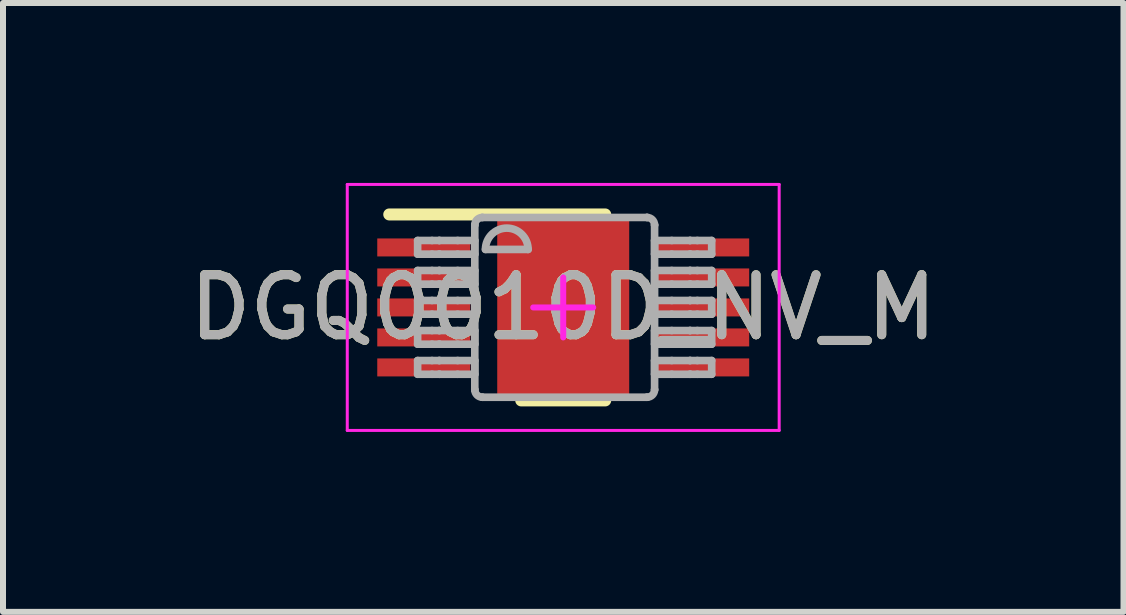
<source format=kicad_pcb>
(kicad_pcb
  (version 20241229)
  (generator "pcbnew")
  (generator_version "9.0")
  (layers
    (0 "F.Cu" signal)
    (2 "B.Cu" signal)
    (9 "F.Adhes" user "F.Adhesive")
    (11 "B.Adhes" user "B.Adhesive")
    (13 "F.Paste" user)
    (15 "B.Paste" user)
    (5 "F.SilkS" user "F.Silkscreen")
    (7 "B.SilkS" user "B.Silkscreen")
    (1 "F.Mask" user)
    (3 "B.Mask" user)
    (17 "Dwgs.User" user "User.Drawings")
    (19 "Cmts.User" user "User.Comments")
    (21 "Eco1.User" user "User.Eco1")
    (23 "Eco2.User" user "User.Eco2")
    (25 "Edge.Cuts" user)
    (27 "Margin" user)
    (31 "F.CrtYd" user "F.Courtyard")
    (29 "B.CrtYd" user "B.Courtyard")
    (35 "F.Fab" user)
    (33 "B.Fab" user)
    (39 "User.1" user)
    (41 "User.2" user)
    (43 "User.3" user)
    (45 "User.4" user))
  (footprint "DGQ0010D_NV_M"
    (layer "F.Cu")
    (at 6.339 2.075)
    (property "Reference" "DGQ0010D_NV_M" (at 0 0 0) (unlocked yes) (layer "F.SilkS") (effects (font (size 1 1) (thickness 0.15))))
    (attr smd)
    (fp_poly (pts (xy -0.915 0.899) (xy -0.915 -0.899) (xy -0.914 -0.908) (xy -0.912 -0.917) (xy -0.907 -0.925) (xy -0.902 -0.932) (xy -0.895 -0.937) (xy -0.887 -0.942) (xy -0.878 -0.944) (xy -0.869 -0.945) (xy 0.869 -0.945) (xy 0.878 -0.944) (xy 0.887 -0.942) (xy 0.895 -0.937) (xy 0.902 -0.932) (xy 0.907 -0.925) (xy 0.912 -0.917) (xy 0.914 -0.908) (xy 0.915 -0.899) (xy 0.915 0.899) (xy 0.914 0.908) (xy 0.912 0.917) (xy 0.907 0.925) (xy 0.902 0.932) (xy 0.895 0.937) (xy 0.887 0.942) (xy 0.878 0.944) (xy 0.869 0.945) (xy -0.869 0.945) (xy -0.878 0.944) (xy -0.887 0.942) (xy -0.895 0.937) (xy -0.902 0.932) (xy -0.907 0.925) (xy -0.912 0.917) (xy -0.914 0.908)) (stroke (width 0) (type solid)) (fill yes) (layer "F.Mask"))
    (fp_line (start -2.9 -1.55) (end 0.7 -1.55) (stroke (width 0.2) (type solid)) (layer "F.SilkS"))
    (fp_line (start -0.7 1.55) (end 0.7 1.55) (stroke (width 0.2) (type solid)) (layer "F.SilkS"))
    (fp_poly (pts (xy -0.915 0.899) (xy -0.915 -0.899) (xy -0.914 -0.908) (xy -0.912 -0.917) (xy -0.907 -0.925) (xy -0.902 -0.932) (xy -0.895 -0.937) (xy -0.887 -0.942) (xy -0.878 -0.944) (xy -0.869 -0.945) (xy 0.869 -0.945) (xy 0.878 -0.944) (xy 0.887 -0.942) (xy 0.895 -0.937) (xy 0.902 -0.932) (xy 0.907 -0.925) (xy 0.912 -0.917) (xy 0.914 -0.908) (xy 0.915 -0.899) (xy 0.915 0.899) (xy 0.914 0.908) (xy 0.912 0.917) (xy 0.907 0.925) (xy 0.902 0.932) (xy 0.895 0.937) (xy 0.887 0.942) (xy 0.878 0.944) (xy 0.869 0.945) (xy -0.869 0.945) (xy -0.878 0.944) (xy -0.887 0.942) (xy -0.895 0.937) (xy -0.902 0.932) (xy -0.907 0.925) (xy -0.912 0.917) (xy -0.914 0.908)) (stroke (width 0) (type solid)) (fill yes) (layer "F.Paste"))
    (fp_line (start -3.6 -2.05) (end 3.6 -2.05) (stroke (width 0.05) (type solid)) (layer "F.CrtYd"))
    (fp_line (start -3.6 2.05) (end -3.6 -2.05) (stroke (width 0.05) (type solid)) (layer "F.CrtYd"))
    (fp_line (start -3.6 2.05) (end 3.6 2.05) (stroke (width 0.05) (type solid)) (layer "F.CrtYd"))
    (fp_line (start -0.5 0.000003) (end 0.5 0.000003) (stroke (width 0.1) (type solid)) (layer "F.CrtYd"))
    (fp_line (start 0 0.5) (end 0 -0.5) (stroke (width 0.1) (type solid)) (layer "F.CrtYd"))
    (fp_line (start 3.6 2.05) (end 3.6 -2.05) (stroke (width 0.05) (type solid)) (layer "F.CrtYd"))
    (fp_line (start -2.427 -1.116) (end -2.187 -1.116) (stroke (width 0.127) (type solid)) (layer "F.Fab"))
    (fp_line (start -2.427 -0.888) (end -2.427 -1.116) (stroke (width 0.127) (type solid)) (layer "F.Fab"))
    (fp_line (start -2.427 -0.888) (end -2.187 -0.888) (stroke (width 0.127) (type solid)) (layer "F.Fab"))
    (fp_line (start -2.427 -0.616) (end -2.187 -0.616) (stroke (width 0.127) (type solid)) (layer "F.Fab"))
    (fp_line (start -2.427 -0.388) (end -2.427 -0.616) (stroke (width 0.127) (type solid)) (layer "F.Fab"))
    (fp_line (start -2.427 -0.388) (end -2.187 -0.388) (stroke (width 0.127) (type solid)) (layer "F.Fab"))
    (fp_line (start -2.427 -0.116) (end -2.187 -0.116) (stroke (width 0.127) (type solid)) (layer "F.Fab"))
    (fp_line (start -2.427 0.113) (end -2.427 -0.116) (stroke (width 0.127) (type solid)) (layer "F.Fab"))
    (fp_line (start -2.427 0.113) (end -2.187 0.113) (stroke (width 0.127) (type solid)) (layer "F.Fab"))
    (fp_line (start -2.427 0.385) (end -2.187 0.385) (stroke (width 0.127) (type solid)) (layer "F.Fab"))
    (fp_line (start -2.427 0.613) (end -2.427 0.385) (stroke (width 0.127) (type solid)) (layer "F.Fab"))
    (fp_line (start -2.427 0.613) (end -2.187 0.613) (stroke (width 0.127) (type solid)) (layer "F.Fab"))
    (fp_line (start -2.427 0.885) (end -2.187 0.885) (stroke (width 0.127) (type solid)) (layer "F.Fab"))
    (fp_line (start -2.427 1.114) (end -2.427 0.885) (stroke (width 0.127) (type solid)) (layer "F.Fab"))
    (fp_line (start -2.427 1.114) (end -2.187 1.114) (stroke (width 0.127) (type solid)) (layer "F.Fab"))
    (fp_line (start -2.187 -1.116) (end -2.067 -1.116) (stroke (width 0.127) (type solid)) (layer "F.Fab"))
    (fp_line (start -2.187 -0.888) (end -2.067 -0.888) (stroke (width 0.127) (type solid)) (layer "F.Fab"))
    (fp_line (start -2.187 -0.616) (end -2.067 -0.616) (stroke (width 0.127) (type solid)) (layer "F.Fab"))
    (fp_line (start -2.187 -0.388) (end -2.067 -0.388) (stroke (width 0.127) (type solid)) (layer "F.Fab"))
    (fp_line (start -2.187 -0.116) (end -2.067 -0.116) (stroke (width 0.127) (type solid)) (layer "F.Fab"))
    (fp_line (start -2.187 0.113) (end -2.067 0.113) (stroke (width 0.127) (type solid)) (layer "F.Fab"))
    (fp_line (start -2.187 0.385) (end -2.067 0.385) (stroke (width 0.127) (type solid)) (layer "F.Fab"))
    (fp_line (start -2.187 0.613) (end -2.067 0.613) (stroke (width 0.127) (type solid)) (layer "F.Fab"))
    (fp_line (start -2.187 0.885) (end -2.067 0.885) (stroke (width 0.127) (type solid)) (layer "F.Fab"))
    (fp_line (start -2.187 1.114) (end -2.067 1.114) (stroke (width 0.127) (type solid)) (layer "F.Fab"))
    (fp_line (start -2.067 -1.116) (end -2.064 -1.116) (stroke (width 0.127) (type solid)) (layer "F.Fab"))
    (fp_line (start -2.067 -0.888) (end -2.064 -0.888) (stroke (width 0.127) (type solid)) (layer "F.Fab"))
    (fp_line (start -2.067 -0.616) (end -2.064 -0.616) (stroke (width 0.127) (type solid)) (layer "F.Fab"))
    (fp_line (start -2.067 -0.388) (end -2.064 -0.388) (stroke (width 0.127) (type solid)) (layer "F.Fab"))
    (fp_line (start -2.067 -0.116) (end -2.064 -0.116) (stroke (width 0.127) (type solid)) (layer "F.Fab"))
    (fp_line (start -2.067 0.113) (end -2.064 0.113) (stroke (width 0.127) (type solid)) (layer "F.Fab"))
    (fp_line (start -2.067 0.385) (end -2.064 0.385) (stroke (width 0.127) (type solid)) (layer "F.Fab"))
    (fp_line (start -2.067 0.613) (end -2.064 0.613) (stroke (width 0.127) (type solid)) (layer "F.Fab"))
    (fp_line (start -2.067 0.885) (end -2.064 0.885) (stroke (width 0.127) (type solid)) (layer "F.Fab"))
    (fp_line (start -2.067 1.114) (end -2.064 1.114) (stroke (width 0.127) (type solid)) (layer "F.Fab"))
    (fp_line (start -2.064 -1.116) (end -1.76 -1.116) (stroke (width 0.127) (type solid)) (layer "F.Fab"))
    (fp_line (start -2.064 -0.888) (end -1.76 -0.888) (stroke (width 0.127) (type solid)) (layer "F.Fab"))
    (fp_line (start -2.064 -0.616) (end -1.76 -0.616) (stroke (width 0.127) (type solid)) (layer "F.Fab"))
    (fp_line (start -2.064 -0.388) (end -1.76 -0.388) (stroke (width 0.127) (type solid)) (layer "F.Fab"))
    (fp_line (start -2.064 -0.116) (end -1.76 -0.116) (stroke (width 0.127) (type solid)) (layer "F.Fab"))
    (fp_line (start -2.064 0.113) (end -1.76 0.113) (stroke (width 0.127) (type solid)) (layer "F.Fab"))
    (fp_line (start -2.064 0.385) (end -1.76 0.385) (stroke (width 0.127) (type solid)) (layer "F.Fab"))
    (fp_line (start -2.064 0.613) (end -1.76 0.613) (stroke (width 0.127) (type solid)) (layer "F.Fab"))
    (fp_line (start -2.064 0.885) (end -1.76 0.885) (stroke (width 0.127) (type solid)) (layer "F.Fab"))
    (fp_line (start -2.064 1.114) (end -1.76 1.114) (stroke (width 0.127) (type solid)) (layer "F.Fab"))
    (fp_line (start -1.76 -1.116) (end -1.474 -1.116) (stroke (width 0.127) (type solid)) (layer "F.Fab"))
    (fp_line (start -1.76 -0.888) (end -1.474 -0.888) (stroke (width 0.127) (type solid)) (layer "F.Fab"))
    (fp_line (start -1.76 -0.616) (end -1.474 -0.616) (stroke (width 0.127) (type solid)) (layer "F.Fab"))
    (fp_line (start -1.76 -0.388) (end -1.474 -0.388) (stroke (width 0.127) (type solid)) (layer "F.Fab"))
    (fp_line (start -1.76 -0.116) (end -1.474 -0.116) (stroke (width 0.127) (type solid)) (layer "F.Fab"))
    (fp_line (start -1.76 0.113) (end -1.474 0.113) (stroke (width 0.127) (type solid)) (layer "F.Fab"))
    (fp_line (start -1.76 0.385) (end -1.474 0.385) (stroke (width 0.127) (type solid)) (layer "F.Fab"))
    (fp_line (start -1.76 0.613) (end -1.474 0.613) (stroke (width 0.127) (type solid)) (layer "F.Fab"))
    (fp_line (start -1.76 0.885) (end -1.474 0.885) (stroke (width 0.127) (type solid)) (layer "F.Fab"))
    (fp_line (start -1.76 1.114) (end -1.474 1.114) (stroke (width 0.127) (type solid)) (layer "F.Fab"))
    (fp_line (start -1.474 -1.373) (end -1.474 -1.376) (stroke (width 0.127) (type solid)) (layer "F.Fab"))
    (fp_line (start -1.474 -0.888) (end -1.474 -1.116) (stroke (width 0.127) (type solid)) (layer "F.Fab"))
    (fp_line (start -1.474 -0.388) (end -1.474 -0.616) (stroke (width 0.127) (type solid)) (layer "F.Fab"))
    (fp_line (start -1.474 0.113) (end -1.474 -0.116) (stroke (width 0.127) (type solid)) (layer "F.Fab"))
    (fp_line (start -1.474 0.613) (end -1.474 0.385) (stroke (width 0.127) (type solid)) (layer "F.Fab"))
    (fp_line (start -1.474 1.114) (end -1.474 0.885) (stroke (width 0.127) (type solid)) (layer "F.Fab"))
    (fp_line (start -1.474 1.37) (end -1.474 -1.373) (stroke (width 0.127) (type solid)) (layer "F.Fab"))
    (fp_line (start -1.474 1.37) (end -1.474 1.373) (stroke (width 0.127) (type solid)) (layer "F.Fab"))
    (fp_line (start -1.35 -1.5) (end -1.347 -1.5) (stroke (width 0.127) (type solid)) (layer "F.Fab"))
    (fp_line (start -1.35 1.497) (end -1.347 1.497) (stroke (width 0.127) (type solid)) (layer "F.Fab"))
    (fp_line (start -1.347 -1.5) (end 1.396 -1.5) (stroke (width 0.127) (type solid)) (layer "F.Fab"))
    (fp_line (start -1.347 1.497) (end 1.396 1.497) (stroke (width 0.127) (type solid)) (layer "F.Fab"))
    (fp_line (start -1.296 -0.967) (end -0.585 -0.967) (stroke (width 0.127) (type solid)) (layer "F.Fab"))
    (fp_line (start 1.396 -1.5) (end 1.399 -1.5) (stroke (width 0.127) (type solid)) (layer "F.Fab"))
    (fp_line (start 1.396 1.497) (end 1.399 1.497) (stroke (width 0.127) (type solid)) (layer "F.Fab"))
    (fp_line (start 1.523 -1.376) (end 1.523 -1.373) (stroke (width 0.127) (type solid)) (layer "F.Fab"))
    (fp_line (start 1.523 1.373) (end 1.523 1.37) (stroke (width 0.127) (type solid)) (layer "F.Fab"))
    (fp_line (start 1.523 -1.116) (end 1.809 -1.116) (stroke (width 0.127) (type solid)) (layer "F.Fab"))
    (fp_line (start 1.523 -0.888) (end 1.523 -1.116) (stroke (width 0.127) (type solid)) (layer "F.Fab"))
    (fp_line (start 1.523 -0.888) (end 1.809 -0.888) (stroke (width 0.127) (type solid)) (layer "F.Fab"))
    (fp_line (start 1.523 -0.616) (end 1.809 -0.616) (stroke (width 0.127) (type solid)) (layer "F.Fab"))
    (fp_line (start 1.523 -0.388) (end 1.523 -0.616) (stroke (width 0.127) (type solid)) (layer "F.Fab"))
    (fp_line (start 1.523 -0.388) (end 1.809 -0.388) (stroke (width 0.127) (type solid)) (layer "F.Fab"))
    (fp_line (start 1.523 -0.116) (end 1.809 -0.116) (stroke (width 0.127) (type solid)) (layer "F.Fab"))
    (fp_line (start 1.523 0.113) (end 1.523 -0.116) (stroke (width 0.127) (type solid)) (layer "F.Fab"))
    (fp_line (start 1.523 0.113) (end 1.809 0.113) (stroke (width 0.127) (type solid)) (layer "F.Fab"))
    (fp_line (start 1.523 0.385) (end 1.809 0.385) (stroke (width 0.127) (type solid)) (layer "F.Fab"))
    (fp_line (start 1.523 0.613) (end 1.523 0.385) (stroke (width 0.127) (type solid)) (layer "F.Fab"))
    (fp_line (start 1.523 0.613) (end 1.809 0.613) (stroke (width 0.127) (type solid)) (layer "F.Fab"))
    (fp_line (start 1.523 0.885) (end 1.809 0.885) (stroke (width 0.127) (type solid)) (layer "F.Fab"))
    (fp_line (start 1.523 1.114) (end 1.523 0.885) (stroke (width 0.127) (type solid)) (layer "F.Fab"))
    (fp_line (start 1.523 1.114) (end 1.809 1.114) (stroke (width 0.127) (type solid)) (layer "F.Fab"))
    (fp_line (start 1.523 1.37) (end 1.523 -1.373) (stroke (width 0.127) (type solid)) (layer "F.Fab"))
    (fp_line (start 1.809 -1.116) (end 2.113 -1.116) (stroke (width 0.127) (type solid)) (layer "F.Fab"))
    (fp_line (start 1.809 -0.888) (end 2.113 -0.888) (stroke (width 0.127) (type solid)) (layer "F.Fab"))
    (fp_line (start 1.809 -0.616) (end 2.113 -0.616) (stroke (width 0.127) (type solid)) (layer "F.Fab"))
    (fp_line (start 1.809 -0.388) (end 2.113 -0.388) (stroke (width 0.127) (type solid)) (layer "F.Fab"))
    (fp_line (start 1.809 -0.116) (end 2.113 -0.116) (stroke (width 0.127) (type solid)) (layer "F.Fab"))
    (fp_line (start 1.809 0.113) (end 2.113 0.113) (stroke (width 0.127) (type solid)) (layer "F.Fab"))
    (fp_line (start 1.809 0.385) (end 2.113 0.385) (stroke (width 0.127) (type solid)) (layer "F.Fab"))
    (fp_line (start 1.809 0.613) (end 2.113 0.613) (stroke (width 0.127) (type solid)) (layer "F.Fab"))
    (fp_line (start 1.809 0.885) (end 2.113 0.885) (stroke (width 0.127) (type solid)) (layer "F.Fab"))
    (fp_line (start 1.809 1.114) (end 2.113 1.114) (stroke (width 0.127) (type solid)) (layer "F.Fab"))
    (fp_line (start 2.113 -1.116) (end 2.116 -1.116) (stroke (width 0.127) (type solid)) (layer "F.Fab"))
    (fp_line (start 2.113 -0.888) (end 2.116 -0.888) (stroke (width 0.127) (type solid)) (layer "F.Fab"))
    (fp_line (start 2.113 -0.616) (end 2.116 -0.616) (stroke (width 0.127) (type solid)) (layer "F.Fab"))
    (fp_line (start 2.113 -0.388) (end 2.116 -0.388) (stroke (width 0.127) (type solid)) (layer "F.Fab"))
    (fp_line (start 2.113 -0.116) (end 2.116 -0.116) (stroke (width 0.127) (type solid)) (layer "F.Fab"))
    (fp_line (start 2.113 0.113) (end 2.116 0.113) (stroke (width 0.127) (type solid)) (layer "F.Fab"))
    (fp_line (start 2.113 0.385) (end 2.116 0.385) (stroke (width 0.127) (type solid)) (layer "F.Fab"))
    (fp_line (start 2.113 0.613) (end 2.116 0.613) (stroke (width 0.127) (type solid)) (layer "F.Fab"))
    (fp_line (start 2.113 0.885) (end 2.116 0.885) (stroke (width 0.127) (type solid)) (layer "F.Fab"))
    (fp_line (start 2.113 1.114) (end 2.116 1.114) (stroke (width 0.127) (type solid)) (layer "F.Fab"))
    (fp_line (start 2.116 -1.116) (end 2.236 -1.116) (stroke (width 0.127) (type solid)) (layer "F.Fab"))
    (fp_line (start 2.116 -0.888) (end 2.236 -0.888) (stroke (width 0.127) (type solid)) (layer "F.Fab"))
    (fp_line (start 2.116 -0.616) (end 2.236 -0.616) (stroke (width 0.127) (type solid)) (layer "F.Fab"))
    (fp_line (start 2.116 -0.388) (end 2.236 -0.388) (stroke (width 0.127) (type solid)) (layer "F.Fab"))
    (fp_line (start 2.116 -0.116) (end 2.236 -0.116) (stroke (width 0.127) (type solid)) (layer "F.Fab"))
    (fp_line (start 2.116 0.113) (end 2.236 0.113) (stroke (width 0.127) (type solid)) (layer "F.Fab"))
    (fp_line (start 2.116 0.385) (end 2.236 0.385) (stroke (width 0.127) (type solid)) (layer "F.Fab"))
    (fp_line (start 2.116 0.613) (end 2.236 0.613) (stroke (width 0.127) (type solid)) (layer "F.Fab"))
    (fp_line (start 2.116 0.885) (end 2.236 0.885) (stroke (width 0.127) (type solid)) (layer "F.Fab"))
    (fp_line (start 2.116 1.114) (end 2.236 1.114) (stroke (width 0.127) (type solid)) (layer "F.Fab"))
    (fp_line (start 2.236 -1.116) (end 2.475 -1.116) (stroke (width 0.127) (type solid)) (layer "F.Fab"))
    (fp_line (start 2.236 -0.888) (end 2.475 -0.888) (stroke (width 0.127) (type solid)) (layer "F.Fab"))
    (fp_line (start 2.236 -0.616) (end 2.475 -0.616) (stroke (width 0.127) (type solid)) (layer "F.Fab"))
    (fp_line (start 2.236 -0.388) (end 2.475 -0.388) (stroke (width 0.127) (type solid)) (layer "F.Fab"))
    (fp_line (start 2.236 -0.116) (end 2.475 -0.116) (stroke (width 0.127) (type solid)) (layer "F.Fab"))
    (fp_line (start 2.236 0.113) (end 2.475 0.113) (stroke (width 0.127) (type solid)) (layer "F.Fab"))
    (fp_line (start 2.236 0.385) (end 2.475 0.385) (stroke (width 0.127) (type solid)) (layer "F.Fab"))
    (fp_line (start 2.236 0.613) (end 2.475 0.613) (stroke (width 0.127) (type solid)) (layer "F.Fab"))
    (fp_line (start 2.236 0.885) (end 2.475 0.885) (stroke (width 0.127) (type solid)) (layer "F.Fab"))
    (fp_line (start 2.236 1.114) (end 2.475 1.114) (stroke (width 0.127) (type solid)) (layer "F.Fab"))
    (fp_line (start 2.475 -0.888) (end 2.475 -1.116) (stroke (width 0.127) (type solid)) (layer "F.Fab"))
    (fp_line (start 2.475 -0.388) (end 2.475 -0.616) (stroke (width 0.127) (type solid)) (layer "F.Fab"))
    (fp_line (start 2.475 0.113) (end 2.475 -0.116) (stroke (width 0.127) (type solid)) (layer "F.Fab"))
    (fp_line (start 2.475 0.613) (end 2.475 0.385) (stroke (width 0.127) (type solid)) (layer "F.Fab"))
    (fp_line (start 2.475 1.114) (end 2.475 0.885) (stroke (width 0.127) (type solid)) (layer "F.Fab"))
    (fp_arc (start -1.474232 -1.375768) (mid -1.437062 -1.46283) (end -1.35 -1.5) (stroke (width 0.127) (type solid)) (layer "F.Fab"))
    (fp_arc (start -1.35 1.49715) (mid -1.437062 1.45998) (end -1.474232 1.372918) (stroke (width 0.127) (type solid)) (layer "F.Fab"))
    (fp_arc (start -1.296457 -0.966625) (mid -0.940857 -1.322225) (end -0.585257 -0.966625) (stroke (width 0.127) (type solid)) (layer "F.Fab"))
    (fp_arc (start 1.398686 -1.5) (mid 1.485749 -1.46283) (end 1.522919 -1.375768) (stroke (width 0.127) (type solid)) (layer "F.Fab"))
    (fp_arc (start 1.522919 1.372918) (mid 1.485749 1.45998) (end 1.398686 1.49715) (stroke (width 0.127) (type solid)) (layer "F.Fab"))
    (fp_text user "${REFERENCE}" (at 0 0 0) (unlocked yes) (layer "F.Fab") (effects (font (size 1 1) (thickness 0.15))))
    (pad "1" smd rect (at -2.325 -1 90) (size 0.3 1.55) (layers "F.Cu" "F.Mask" "F.Paste"))
    (pad "2" smd rect (at -2.325 -0.5 90) (size 0.3 1.55) (layers "F.Cu" "F.Mask" "F.Paste"))
    (pad "3" smd rect (at -2.325 0 90) (size 0.3 1.55) (layers "F.Cu" "F.Mask" "F.Paste"))
    (pad "4" smd rect (at -2.325 0.5 90) (size 0.3 1.55) (layers "F.Cu" "F.Mask" "F.Paste"))
    (pad "5" smd rect (at -2.325 1 90) (size 0.3 1.55) (layers "F.Cu" "F.Mask" "F.Paste"))
    (pad "6" smd rect (at 2.325 1 90) (size 0.3 1.55) (layers "F.Cu" "F.Mask" "F.Paste"))
    (pad "7" smd rect (at 2.325 0.5 90) (size 0.3 1.55) (layers "F.Cu" "F.Mask" "F.Paste"))
    (pad "8" smd rect (at 2.325 0 90) (size 0.3 1.55) (layers "F.Cu" "F.Mask" "F.Paste"))
    (pad "9" smd rect (at 2.325 -0.5 90) (size 0.3 1.55) (layers "F.Cu" "F.Mask" "F.Paste"))
    (pad "10" smd rect (at 2.325 -1 90) (size 0.3 1.55) (layers "F.Cu" "F.Mask" "F.Paste"))
    (pad "11" smd rect (at 0 0) (size 2.2 3.1) (layers "F.Cu")))
  (gr_rect
    (start -3 -3)
    (end 15.679 7.15)
    (stroke (width 0.1) (type default))
    (fill no)
    (layer "Edge.Cuts")))
</source>
